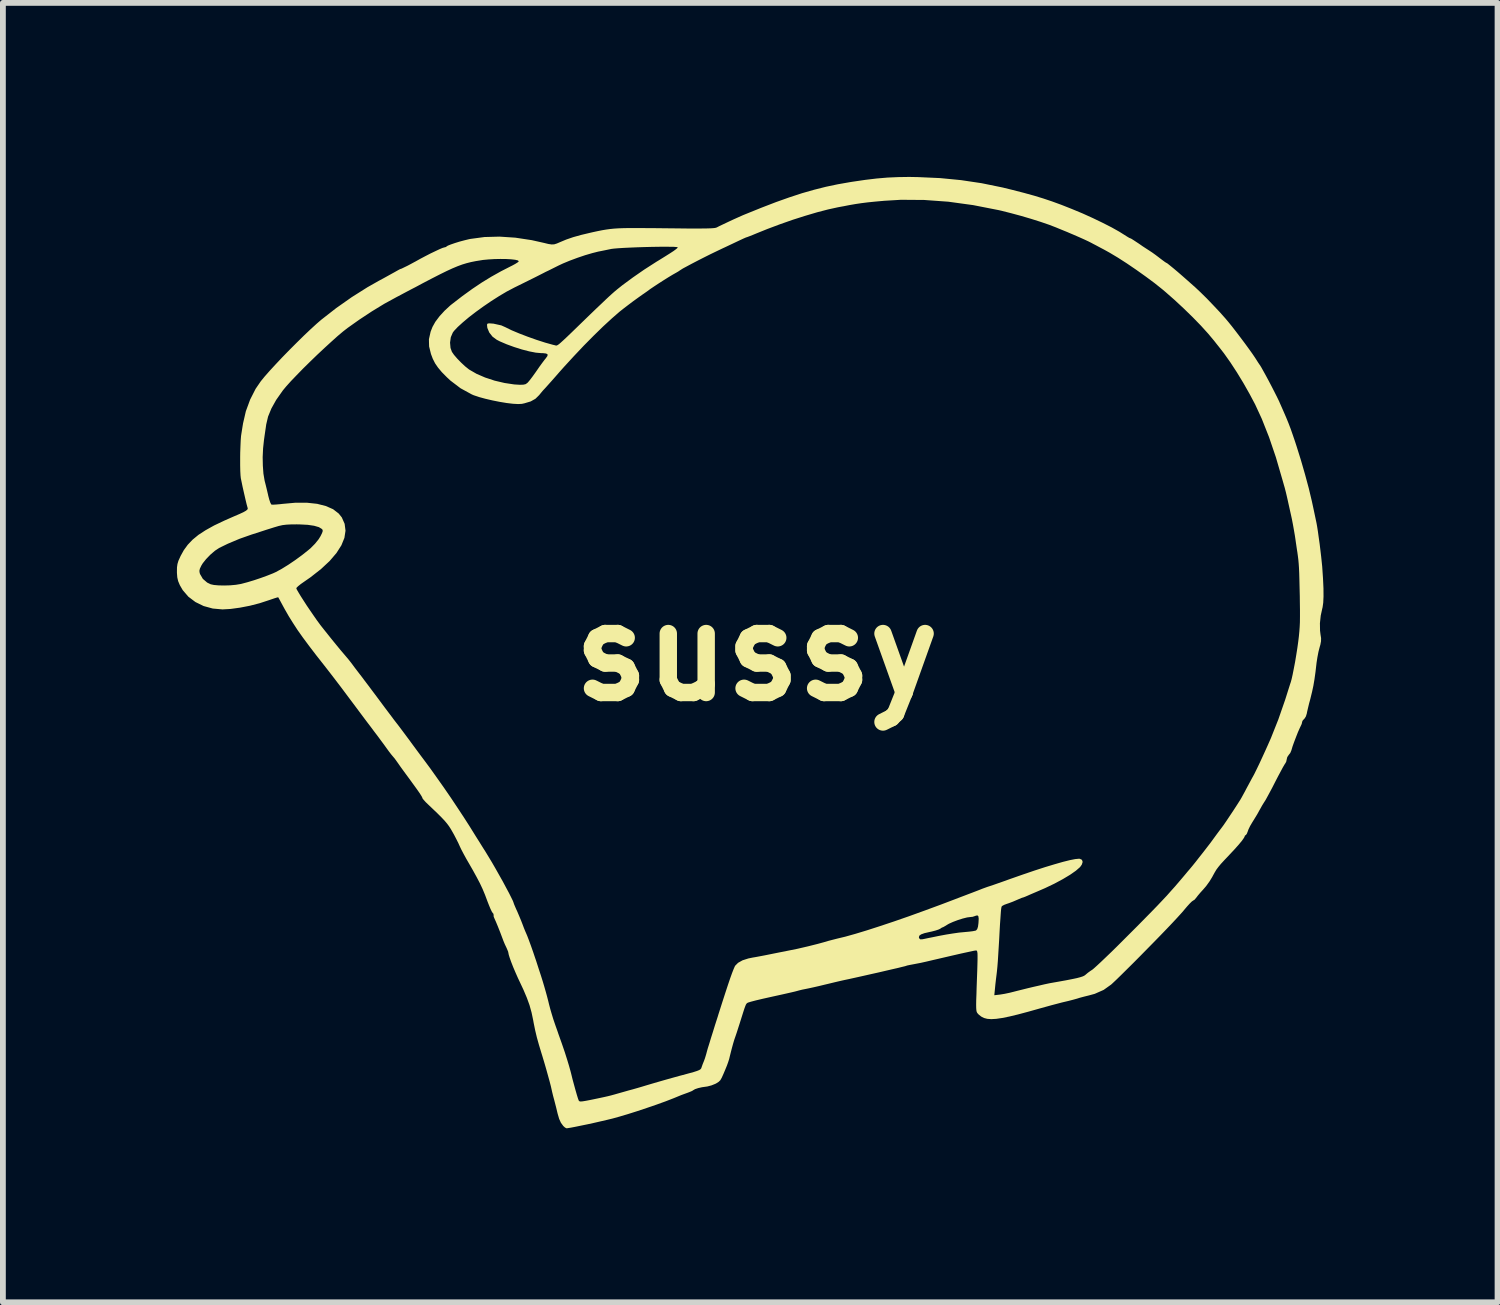
<source format=kicad_pcb>
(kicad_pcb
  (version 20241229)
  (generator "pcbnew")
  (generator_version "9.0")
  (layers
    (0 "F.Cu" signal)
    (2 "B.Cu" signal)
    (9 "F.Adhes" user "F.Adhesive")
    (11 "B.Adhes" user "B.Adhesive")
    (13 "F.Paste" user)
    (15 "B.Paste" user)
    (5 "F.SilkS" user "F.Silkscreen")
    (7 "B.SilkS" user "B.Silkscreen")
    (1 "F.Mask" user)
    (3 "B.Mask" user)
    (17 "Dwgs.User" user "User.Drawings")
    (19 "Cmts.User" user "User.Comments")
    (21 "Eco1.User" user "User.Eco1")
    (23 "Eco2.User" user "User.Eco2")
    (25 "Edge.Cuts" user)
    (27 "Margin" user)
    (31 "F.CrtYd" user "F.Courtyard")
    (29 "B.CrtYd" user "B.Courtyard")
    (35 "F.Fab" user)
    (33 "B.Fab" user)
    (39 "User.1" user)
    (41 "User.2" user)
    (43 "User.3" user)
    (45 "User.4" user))
  (footprint "sussy"
    (layer "F.Cu")
    (at 9.994 8.198)
    (property "Reference" "sussy" (at 0 0 0) (layer "F.SilkS") (effects (font (size 1.524 1.524) (thickness 0.3))))
    (attr board_only exclude_from_pos_files exclude_from_bom)
    (fp_poly (pts (xy 2.784 -8.195) (xy 3.162 -8.178) (xy 3.522 -8.143) (xy 3.877 -8.09) (xy 4.239 -8.016) (xy 4.41 -7.974) (xy 4.608 -7.923) (xy 4.782 -7.875) (xy 4.939 -7.827) (xy 5.091 -7.776) (xy 5.247 -7.719) (xy 5.25 -7.718) (xy 5.432 -7.646) (xy 5.617 -7.569) (xy 5.796 -7.488) (xy 5.966 -7.406) (xy 6.119 -7.328) (xy 6.249 -7.255) (xy 6.337 -7.2) (xy 6.386 -7.169) (xy 6.423 -7.147) (xy 6.439 -7.141) (xy 6.459 -7.132) (xy 6.5 -7.106) (xy 6.556 -7.069) (xy 6.588 -7.048) (xy 6.654 -7.002) (xy 6.717 -6.961) (xy 6.765 -6.93) (xy 6.777 -6.922) (xy 6.818 -6.895) (xy 6.875 -6.854) (xy 6.936 -6.808) (xy 6.942 -6.803) (xy 6.995 -6.763) (xy 7.037 -6.732) (xy 7.061 -6.717) (xy 7.063 -6.717) (xy 7.081 -6.706) (xy 7.121 -6.674) (xy 7.18 -6.626) (xy 7.254 -6.564) (xy 7.338 -6.491) (xy 7.428 -6.412) (xy 7.521 -6.329) (xy 7.546 -6.308) (xy 7.646 -6.214) (xy 7.758 -6.104) (xy 7.873 -5.984) (xy 7.984 -5.866) (xy 8.082 -5.756) (xy 8.129 -5.7) (xy 8.193 -5.621) (xy 8.265 -5.528) (xy 8.341 -5.428) (xy 8.416 -5.328) (xy 8.486 -5.232) (xy 8.546 -5.148) (xy 8.592 -5.08) (xy 8.617 -5.041) (xy 8.639 -5.006) (xy 8.669 -4.961) (xy 8.672 -4.958) (xy 8.696 -4.92) (xy 8.731 -4.857) (xy 8.776 -4.776) (xy 8.826 -4.683) (xy 8.877 -4.586) (xy 8.926 -4.49) (xy 8.97 -4.403) (xy 9.005 -4.331) (xy 9.017 -4.303) (xy 9.077 -4.167) (xy 9.126 -4.054) (xy 9.167 -3.954) (xy 9.204 -3.857) (xy 9.24 -3.754) (xy 9.28 -3.637) (xy 9.306 -3.557) (xy 9.382 -3.314) (xy 9.453 -3.068) (xy 9.517 -2.83) (xy 9.57 -2.608) (xy 9.597 -2.483) (xy 9.615 -2.398) (xy 9.632 -2.317) (xy 9.646 -2.251) (xy 9.651 -2.227) (xy 9.661 -2.171) (xy 9.674 -2.088) (xy 9.688 -1.986) (xy 9.704 -1.873) (xy 9.718 -1.758) (xy 9.731 -1.648) (xy 9.741 -1.552) (xy 9.748 -1.485) (xy 9.762 -1.279) (xy 9.77 -1.107) (xy 9.771 -0.967) (xy 9.766 -0.859) (xy 9.755 -0.78) (xy 9.75 -0.76) (xy 9.723 -0.637) (xy 9.709 -0.504) (xy 9.711 -0.377) (xy 9.719 -0.311) (xy 9.729 -0.248) (xy 9.728 -0.195) (xy 9.717 -0.136) (xy 9.704 -0.091) (xy 9.684 -0.013) (xy 9.666 0.08) (xy 9.652 0.17) (xy 9.651 0.177) (xy 9.633 0.333) (xy 9.615 0.462) (xy 9.596 0.574) (xy 9.574 0.676) (xy 9.549 0.778) (xy 9.545 0.795) (xy 9.522 0.88) (xy 9.503 0.959) (xy 9.488 1.023) (xy 9.483 1.051) (xy 9.467 1.102) (xy 9.443 1.14) (xy 9.437 1.145) (xy 9.411 1.174) (xy 9.403 1.194) (xy 9.395 1.231) (xy 9.386 1.251) (xy 9.362 1.301) (xy 9.33 1.373) (xy 9.297 1.457) (xy 9.265 1.541) (xy 9.238 1.616) (xy 9.221 1.673) (xy 9.218 1.684) (xy 9.198 1.732) (xy 9.173 1.763) (xy 9.146 1.803) (xy 9.138 1.836) (xy 9.128 1.882) (xy 9.114 1.908) (xy 9.098 1.932) (xy 9.069 1.982) (xy 9.031 2.053) (xy 8.985 2.139) (xy 8.936 2.234) (xy 8.935 2.236) (xy 8.886 2.332) (xy 8.84 2.418) (xy 8.802 2.488) (xy 8.774 2.539) (xy 8.759 2.563) (xy 8.759 2.563) (xy 8.741 2.591) (xy 8.711 2.64) (xy 8.677 2.701) (xy 8.67 2.713) (xy 8.628 2.789) (xy 8.581 2.866) (xy 8.542 2.929) (xy 8.506 2.99) (xy 8.477 3.05) (xy 8.465 3.084) (xy 8.449 3.124) (xy 8.433 3.146) (xy 8.43 3.146) (xy 8.414 3.16) (xy 8.414 3.165) (xy 8.401 3.193) (xy 8.366 3.243) (xy 8.31 3.311) (xy 8.236 3.394) (xy 8.146 3.49) (xy 8.137 3.5) (xy 8.06 3.581) (xy 8.002 3.644) (xy 7.959 3.696) (xy 7.924 3.743) (xy 7.894 3.793) (xy 7.861 3.853) (xy 7.854 3.867) (xy 7.807 3.944) (xy 7.748 4.026) (xy 7.699 4.083) (xy 7.649 4.138) (xy 7.605 4.19) (xy 7.576 4.228) (xy 7.575 4.229) (xy 7.547 4.262) (xy 7.522 4.277) (xy 7.521 4.278) (xy 7.502 4.291) (xy 7.466 4.326) (xy 7.418 4.379) (xy 7.362 4.445) (xy 7.351 4.459) (xy 7.309 4.506) (xy 7.246 4.575) (xy 7.165 4.662) (xy 7.069 4.763) (xy 6.962 4.874) (xy 6.848 4.991) (xy 6.729 5.112) (xy 6.61 5.233) (xy 6.495 5.349) (xy 6.385 5.458) (xy 6.286 5.556) (xy 6.201 5.639) (xy 6.133 5.703) (xy 6.11 5.724) (xy 5.981 5.816) (xy 5.827 5.884) (xy 5.724 5.912) (xy 5.647 5.931) (xy 5.568 5.952) (xy 5.524 5.966) (xy 5.456 5.985) (xy 5.375 6.006) (xy 5.32 6.019) (xy 5.265 6.032) (xy 5.185 6.053) (xy 5.086 6.079) (xy 4.978 6.109) (xy 4.887 6.134) (xy 4.681 6.192) (xy 4.505 6.239) (xy 4.356 6.275) (xy 4.232 6.3) (xy 4.129 6.315) (xy 4.044 6.32) (xy 3.975 6.315) (xy 3.918 6.3) (xy 3.871 6.276) (xy 3.829 6.243) (xy 3.811 6.224) (xy 3.8 6.21) (xy 3.792 6.193) (xy 3.787 6.168) (xy 3.784 6.13) (xy 3.783 6.075) (xy 3.784 5.997) (xy 3.788 5.893) (xy 3.791 5.784) (xy 3.797 5.616) (xy 3.802 5.479) (xy 3.805 5.371) (xy 3.807 5.289) (xy 3.807 5.228) (xy 3.806 5.186) (xy 3.802 5.159) (xy 3.797 5.144) (xy 3.79 5.138) (xy 3.78 5.136) (xy 3.774 5.137) (xy 3.746 5.141) (xy 3.69 5.153) (xy 3.611 5.17) (xy 3.515 5.191) (xy 3.407 5.216) (xy 3.376 5.223) (xy 3.26 5.25) (xy 3.148 5.276) (xy 3.049 5.299) (xy 2.968 5.318) (xy 2.913 5.331) (xy 2.908 5.332) (xy 2.827 5.35) (xy 2.739 5.367) (xy 2.697 5.375) (xy 2.639 5.386) (xy 2.596 5.395) (xy 2.58 5.4) (xy 2.559 5.407) (xy 2.509 5.419) (xy 2.433 5.438) (xy 2.337 5.46) (xy 2.225 5.486) (xy 2.101 5.515) (xy 1.971 5.544) (xy 1.839 5.574) (xy 1.709 5.603) (xy 1.587 5.63) (xy 1.511 5.646) (xy 1.444 5.661) (xy 1.354 5.682) (xy 1.255 5.706) (xy 1.167 5.727) (xy 1.072 5.75) (xy 0.98 5.771) (xy 0.902 5.788) (xy 0.848 5.799) (xy 0.783 5.812) (xy 0.723 5.827) (xy 0.698 5.834) (xy 0.66 5.844) (xy 0.596 5.859) (xy 0.517 5.877) (xy 0.442 5.894) (xy 0.256 5.935) (xy 0.104 5.969) (xy -0.014 5.997) (xy -0.098 6.019) (xy -0.15 6.035) (xy -0.166 6.044) (xy -0.175 6.053) (xy -0.185 6.068) (xy -0.196 6.094) (xy -0.211 6.135) (xy -0.231 6.196) (xy -0.258 6.282) (xy -0.292 6.39) (xy -0.319 6.474) (xy -0.343 6.549) (xy -0.362 6.605) (xy -0.373 6.637) (xy -0.373 6.637) (xy -0.387 6.677) (xy -0.406 6.741) (xy -0.428 6.821) (xy -0.45 6.907) (xy -0.462 6.955) (xy -0.475 7.009) (xy -0.492 7.062) (xy -0.514 7.123) (xy -0.547 7.203) (xy -0.572 7.262) (xy -0.602 7.329) (xy -0.627 7.373) (xy -0.657 7.402) (xy -0.697 7.427) (xy -0.712 7.435) (xy -0.779 7.462) (xy -0.852 7.481) (xy -0.88 7.485) (xy -0.944 7.494) (xy -1.009 7.509) (xy -1.063 7.527) (xy -1.094 7.545) (xy -1.096 7.547) (xy -1.116 7.559) (xy -1.159 7.577) (xy -1.193 7.59) (xy -1.251 7.611) (xy -1.3 7.629) (xy -1.317 7.636) (xy -1.431 7.683) (xy -1.57 7.737) (xy -1.728 7.794) (xy -1.894 7.851) (xy -2.062 7.907) (xy -2.223 7.958) (xy -2.368 8.001) (xy -2.487 8.034) (xy -2.582 8.057) (xy -2.69 8.082) (xy -2.803 8.108) (xy -2.917 8.133) (xy -3.025 8.155) (xy -3.122 8.175) (xy -3.2 8.19) (xy -3.255 8.199) (xy -3.277 8.202) (xy -3.304 8.189) (xy -3.334 8.162) (xy -3.375 8.106) (xy -3.405 8.04) (xy -3.431 7.951) (xy -3.437 7.927) (xy -3.456 7.847) (xy -3.479 7.758) (xy -3.49 7.715) (xy -3.509 7.645) (xy -3.526 7.575) (xy -3.534 7.539) (xy -3.548 7.477) (xy -3.571 7.389) (xy -3.6 7.284) (xy -3.632 7.169) (xy -3.666 7.053) (xy -3.699 6.943) (xy -3.709 6.911) (xy -3.754 6.762) (xy -3.79 6.633) (xy -3.819 6.511) (xy -3.845 6.383) (xy -3.853 6.338) (xy -3.881 6.205) (xy -3.916 6.079) (xy -3.962 5.952) (xy -4.021 5.813) (xy -4.074 5.7) (xy -4.116 5.611) (xy -4.158 5.516) (xy -4.198 5.422) (xy -4.232 5.335) (xy -4.258 5.262) (xy -4.274 5.21) (xy -4.278 5.19) (xy -4.285 5.156) (xy -4.305 5.108) (xy -4.312 5.092) (xy -4.342 5.029) (xy -4.369 4.964) (xy -4.372 4.955) (xy -4.421 4.825) (xy -4.463 4.719) (xy -4.496 4.64) (xy -4.518 4.591) (xy -4.534 4.553) (xy -4.535 4.527) (xy -4.535 4.527) (xy -4.538 4.504) (xy -4.55 4.491) (xy -4.566 4.467) (xy -4.59 4.417) (xy -4.618 4.349) (xy -4.641 4.29) (xy -4.683 4.178) (xy -4.725 4.077) (xy -4.771 3.979) (xy -4.826 3.874) (xy -4.892 3.754) (xy -4.954 3.646) (xy -5.005 3.558) (xy -5.051 3.474) (xy -5.089 3.402) (xy -5.114 3.35) (xy -5.12 3.337) (xy -5.142 3.288) (xy -5.176 3.22) (xy -5.216 3.143) (xy -5.239 3.102) (xy -5.271 3.046) (xy -5.303 2.996) (xy -5.338 2.949) (xy -5.38 2.899) (xy -5.434 2.842) (xy -5.503 2.773) (xy -5.592 2.688) (xy -5.654 2.629) (xy -5.704 2.581) (xy -5.741 2.54) (xy -5.761 2.514) (xy -5.762 2.51) (xy -5.767 2.495) (xy -5.783 2.467) (xy -5.812 2.422) (xy -5.856 2.359) (xy -5.917 2.275) (xy -5.996 2.166) (xy -6.036 2.112) (xy -6.091 2.037) (xy -6.141 1.968) (xy -6.18 1.912) (xy -6.205 1.877) (xy -6.207 1.874) (xy -6.241 1.827) (xy -6.269 1.794) (xy -6.296 1.762) (xy -6.335 1.712) (xy -6.377 1.654) (xy -6.378 1.653) (xy -6.423 1.59) (xy -6.481 1.512) (xy -6.54 1.432) (xy -6.563 1.402) (xy -6.604 1.348) (xy -6.65 1.286) (xy -6.705 1.214) (xy -6.769 1.129) (xy -6.845 1.027) (xy -6.936 0.905) (xy -7.044 0.761) (xy -7.162 0.603) (xy -7.233 0.51) (xy -7.31 0.409) (xy -7.386 0.311) (xy -7.449 0.23) (xy -7.593 0.047) (xy -7.716 -0.114) (xy -7.823 -0.258) (xy -7.915 -0.388) (xy -7.995 -0.511) (xy -8.069 -0.63) (xy -8.137 -0.749) (xy -8.167 -0.804) (xy -8.201 -0.867) (xy -8.228 -0.917) (xy -8.245 -0.947) (xy -8.248 -0.952) (xy -8.265 -0.949) (xy -8.308 -0.936) (xy -8.37 -0.915) (xy -8.408 -0.902) (xy -8.567 -0.85) (xy -8.737 -0.806) (xy -8.908 -0.773) (xy -9.069 -0.751) (xy -9.209 -0.743) (xy -9.377 -0.758) (xy -9.534 -0.801) (xy -9.675 -0.87) (xy -9.797 -0.962) (xy -9.894 -1.075) (xy -9.944 -1.161) (xy -9.973 -1.23) (xy -9.988 -1.295) (xy -9.994 -1.373) (xy -9.994 -1.396) (xy -9.994 -1.407) (xy -9.607 -1.407) (xy -9.602 -1.371) (xy -9.595 -1.351) (xy -9.547 -1.269) (xy -9.472 -1.205) (xy -9.412 -1.176) (xy -9.356 -1.164) (xy -9.275 -1.157) (xy -9.179 -1.155) (xy -9.077 -1.158) (xy -8.979 -1.167) (xy -8.895 -1.181) (xy -8.882 -1.184) (xy -8.78 -1.211) (xy -8.664 -1.246) (xy -8.545 -1.286) (xy -8.433 -1.327) (xy -8.337 -1.365) (xy -8.287 -1.388) (xy -8.188 -1.442) (xy -8.073 -1.513) (xy -7.952 -1.595) (xy -7.836 -1.68) (xy -7.734 -1.761) (xy -7.687 -1.801) (xy -7.613 -1.876) (xy -7.551 -1.953) (xy -7.519 -2.005) (xy -7.492 -2.06) (xy -7.481 -2.093) (xy -7.483 -2.114) (xy -7.496 -2.13) (xy -7.547 -2.161) (xy -7.63 -2.185) (xy -7.74 -2.201) (xy -7.876 -2.208) (xy -7.928 -2.209) (xy -8.028 -2.208) (xy -8.106 -2.204) (xy -8.173 -2.196) (xy -8.24 -2.181) (xy -8.321 -2.157) (xy -8.378 -2.139) (xy -8.442 -2.119) (xy -8.528 -2.091) (xy -8.623 -2.06) (xy -8.705 -2.034) (xy -8.915 -1.96) (xy -9.117 -1.875) (xy -9.267 -1.802) (xy -9.339 -1.754) (xy -9.417 -1.687) (xy -9.49 -1.612) (xy -9.549 -1.538) (xy -9.574 -1.497) (xy -9.599 -1.444) (xy -9.607 -1.407) (xy -9.994 -1.407) (xy -9.993 -1.469) (xy -9.985 -1.526) (xy -9.968 -1.582) (xy -9.936 -1.652) (xy -9.932 -1.662) (xy -9.875 -1.765) (xy -9.807 -1.858) (xy -9.724 -1.945) (xy -9.623 -2.028) (xy -9.5 -2.108) (xy -9.353 -2.19) (xy -9.176 -2.274) (xy -9.015 -2.345) (xy -8.917 -2.387) (xy -8.848 -2.419) (xy -8.804 -2.444) (xy -8.78 -2.464) (xy -8.773 -2.48) (xy -8.774 -2.488) (xy -8.791 -2.549) (xy -8.812 -2.636) (xy -8.836 -2.741) (xy -8.862 -2.856) (xy -8.886 -2.972) (xy -8.893 -3.005) (xy -8.898 -3.054) (xy -8.902 -3.131) (xy -8.904 -3.228) (xy -8.904 -3.336) (xy -8.904 -3.368) (xy -8.516 -3.368) (xy -8.513 -3.22) (xy -8.503 -3.083) (xy -8.484 -2.97) (xy -8.48 -2.952) (xy -8.463 -2.886) (xy -8.443 -2.803) (xy -8.423 -2.718) (xy -8.421 -2.707) (xy -8.403 -2.638) (xy -8.385 -2.585) (xy -8.369 -2.554) (xy -8.364 -2.55) (xy -8.338 -2.548) (xy -8.285 -2.551) (xy -8.216 -2.557) (xy -8.173 -2.562) (xy -7.952 -2.582) (xy -7.753 -2.582) (xy -7.577 -2.563) (xy -7.427 -2.525) (xy -7.302 -2.47) (xy -7.206 -2.396) (xy -7.152 -2.329) (xy -7.103 -2.218) (xy -7.088 -2.1) (xy -7.107 -1.976) (xy -7.159 -1.848) (xy -7.244 -1.715) (xy -7.361 -1.578) (xy -7.51 -1.439) (xy -7.691 -1.297) (xy -7.799 -1.222) (xy -7.859 -1.18) (xy -7.906 -1.142) (xy -7.933 -1.115) (xy -7.936 -1.107) (xy -7.927 -1.084) (xy -7.9 -1.038) (xy -7.861 -0.973) (xy -7.811 -0.895) (xy -7.755 -0.808) (xy -7.695 -0.72) (xy -7.636 -0.634) (xy -7.581 -0.555) (xy -7.533 -0.49) (xy -7.524 -0.477) (xy -7.464 -0.401) (xy -7.393 -0.312) (xy -7.317 -0.217) (xy -7.241 -0.124) (xy -7.172 -0.04) (xy -7.114 0.028) (xy -7.086 0.061) (xy -7.037 0.119) (xy -6.988 0.181) (xy -6.971 0.204) (xy -6.932 0.257) (xy -6.883 0.321) (xy -6.844 0.372) (xy -6.809 0.417) (xy -6.759 0.484) (xy -6.696 0.567) (xy -6.628 0.658) (xy -6.558 0.751) (xy -6.486 0.848) (xy -6.414 0.945) (xy -6.347 1.034) (xy -6.291 1.108) (xy -6.254 1.158) (xy -6.168 1.269) (xy -6.099 1.361) (xy -6.038 1.443) (xy -5.979 1.522) (xy -5.957 1.553) (xy -5.914 1.611) (xy -5.858 1.687) (xy -5.795 1.772) (xy -5.735 1.852) (xy -5.629 1.995) (xy -5.513 2.158) (xy -5.39 2.332) (xy -5.267 2.511) (xy -5.15 2.687) (xy -5.042 2.851) (xy -4.949 2.996) (xy -4.936 3.017) (xy -4.89 3.091) (xy -4.841 3.17) (xy -4.8 3.235) (xy -4.755 3.307) (xy -4.705 3.387) (xy -4.678 3.429) (xy -4.624 3.518) (xy -4.563 3.619) (xy -4.5 3.728) (xy -4.437 3.84) (xy -4.375 3.95) (xy -4.319 4.055) (xy -4.269 4.148) (xy -4.23 4.226) (xy -4.202 4.283) (xy -4.19 4.316) (xy -4.189 4.32) (xy -4.182 4.34) (xy -4.164 4.383) (xy -4.139 4.44) (xy -4.134 4.449) (xy -4.099 4.531) (xy -4.062 4.62) (xy -4.037 4.684) (xy -4.013 4.748) (xy -3.991 4.802) (xy -3.977 4.834) (xy -3.956 4.883) (xy -3.927 4.959) (xy -3.892 5.054) (xy -3.854 5.162) (xy -3.816 5.275) (xy -3.806 5.303) (xy -3.758 5.452) (xy -3.718 5.574) (xy -3.686 5.676) (xy -3.66 5.764) (xy -3.637 5.844) (xy -3.615 5.924) (xy -3.593 6.009) (xy -3.58 6.063) (xy -3.558 6.147) (xy -3.534 6.229) (xy -3.507 6.318) (xy -3.472 6.421) (xy -3.427 6.548) (xy -3.421 6.567) (xy -3.359 6.741) (xy -3.309 6.887) (xy -3.269 7.013) (xy -3.236 7.122) (xy -3.208 7.222) (xy -3.198 7.261) (xy -3.175 7.355) (xy -3.149 7.451) (xy -3.124 7.542) (xy -3.101 7.622) (xy -3.082 7.684) (xy -3.069 7.72) (xy -3.066 7.726) (xy -3.055 7.736) (xy -3.035 7.74) (xy -3 7.737) (xy -2.945 7.728) (xy -2.862 7.712) (xy -2.828 7.705) (xy -2.718 7.682) (xy -2.634 7.664) (xy -2.567 7.649) (xy -2.511 7.635) (xy -2.456 7.62) (xy -2.393 7.602) (xy -2.386 7.6) (xy -2.301 7.576) (xy -2.21 7.55) (xy -2.139 7.531) (xy -2.076 7.513) (xy -1.99 7.488) (xy -1.894 7.459) (xy -1.803 7.432) (xy -1.707 7.404) (xy -1.589 7.37) (xy -1.461 7.334) (xy -1.335 7.299) (xy -1.274 7.283) (xy -1.164 7.253) (xy -1.084 7.231) (xy -1.028 7.213) (xy -0.991 7.198) (xy -0.969 7.184) (xy -0.957 7.169) (xy -0.95 7.15) (xy -0.95 7.149) (xy -0.93 7.093) (xy -0.91 7.044) (xy -0.891 6.992) (xy -0.872 6.929) (xy -0.867 6.911) (xy -0.86 6.884) (xy -0.852 6.855) (xy -0.842 6.82) (xy -0.828 6.776) (xy -0.81 6.718) (xy -0.787 6.642) (xy -0.756 6.544) (xy -0.718 6.421) (xy -0.669 6.269) (xy -0.663 6.248) (xy -0.598 6.044) (xy -0.542 5.871) (xy -0.495 5.728) (xy -0.456 5.613) (xy -0.424 5.524) (xy -0.398 5.458) (xy -0.379 5.414) (xy -0.369 5.397) (xy -0.321 5.349) (xy -0.244 5.306) (xy -0.144 5.274) (xy -0.071 5.259) (xy -0.018 5.25) (xy 0.057 5.236) (xy 0.141 5.22) (xy 0.186 5.211) (xy 0.285 5.191) (xy 0.394 5.169) (xy 0.494 5.15) (xy 0.521 5.144) (xy 0.704 5.107) (xy 0.885 5.065) (xy 1.052 5.023) (xy 1.158 4.994) (xy 1.236 4.971) (xy 1.313 4.951) (xy 1.372 4.936) (xy 1.379 4.934) (xy 1.479 4.91) (xy 2.796 4.91) (xy 2.8 4.925) (xy 2.82 4.945) (xy 2.859 4.943) (xy 2.894 4.936) (xy 2.955 4.923) (xy 3.036 4.907) (xy 3.128 4.888) (xy 3.164 4.881) (xy 3.272 4.861) (xy 3.385 4.843) (xy 3.49 4.828) (xy 3.575 4.82) (xy 3.585 4.819) (xy 3.661 4.812) (xy 3.726 4.804) (xy 3.77 4.795) (xy 3.781 4.791) (xy 3.801 4.769) (xy 3.815 4.725) (xy 3.823 4.663) (xy 3.827 4.589) (xy 3.821 4.546) (xy 3.803 4.531) (xy 3.771 4.539) (xy 3.768 4.541) (xy 3.722 4.556) (xy 3.682 4.56) (xy 3.627 4.567) (xy 3.551 4.586) (xy 3.466 4.613) (xy 3.384 4.644) (xy 3.315 4.675) (xy 3.287 4.691) (xy 3.243 4.718) (xy 3.213 4.735) (xy 3.205 4.737) (xy 3.184 4.747) (xy 3.165 4.761) (xy 3.136 4.775) (xy 3.082 4.793) (xy 3.012 4.811) (xy 2.983 4.817) (xy 2.892 4.838) (xy 2.834 4.859) (xy 2.803 4.882) (xy 2.796 4.91) (xy 1.479 4.91) (xy 1.525 4.899) (xy 1.7 4.85) (xy 1.901 4.789) (xy 2.124 4.717) (xy 2.367 4.636) (xy 2.626 4.546) (xy 2.897 4.448) (xy 3.179 4.344) (xy 3.429 4.249) (xy 3.507 4.219) (xy 3.589 4.188) (xy 3.641 4.168) (xy 3.715 4.14) (xy 3.793 4.11) (xy 3.827 4.097) (xy 3.895 4.07) (xy 3.975 4.041) (xy 4.021 4.026) (xy 4.078 4.007) (xy 4.158 3.979) (xy 4.252 3.946) (xy 4.349 3.911) (xy 4.366 3.905) (xy 4.583 3.829) (xy 4.785 3.76) (xy 4.97 3.7) (xy 5.136 3.65) (xy 5.279 3.609) (xy 5.399 3.579) (xy 5.491 3.561) (xy 5.554 3.555) (xy 5.57 3.556) (xy 5.607 3.574) (xy 5.619 3.61) (xy 5.604 3.657) (xy 5.574 3.699) (xy 5.503 3.761) (xy 5.403 3.831) (xy 5.278 3.906) (xy 5.133 3.984) (xy 4.972 4.061) (xy 4.852 4.113) (xy 4.782 4.143) (xy 4.712 4.173) (xy 4.672 4.191) (xy 4.625 4.211) (xy 4.593 4.223) (xy 4.587 4.224) (xy 4.566 4.231) (xy 4.523 4.249) (xy 4.484 4.266) (xy 4.416 4.295) (xy 4.347 4.321) (xy 4.317 4.331) (xy 4.268 4.349) (xy 4.233 4.368) (xy 4.227 4.373) (xy 4.222 4.381) (xy 4.218 4.396) (xy 4.214 4.421) (xy 4.21 4.459) (xy 4.206 4.513) (xy 4.201 4.587) (xy 4.194 4.685) (xy 4.187 4.809) (xy 4.179 4.962) (xy 4.171 5.091) (xy 4.164 5.205) (xy 4.157 5.317) (xy 4.149 5.417) (xy 4.141 5.498) (xy 4.136 5.541) (xy 4.125 5.629) (xy 4.114 5.725) (xy 4.108 5.787) (xy 4.096 5.908) (xy 4.199 5.896) (xy 4.272 5.884) (xy 4.358 5.866) (xy 4.426 5.849) (xy 4.492 5.832) (xy 4.577 5.811) (xy 4.673 5.787) (xy 4.774 5.763) (xy 4.871 5.741) (xy 4.956 5.721) (xy 5.021 5.707) (xy 5.055 5.7) (xy 5.214 5.672) (xy 5.341 5.649) (xy 5.442 5.629) (xy 5.518 5.613) (xy 5.575 5.598) (xy 5.616 5.585) (xy 5.645 5.572) (xy 5.665 5.558) (xy 5.674 5.55) (xy 5.71 5.52) (xy 5.76 5.484) (xy 5.784 5.469) (xy 5.812 5.446) (xy 5.862 5.401) (xy 5.931 5.337) (xy 6.016 5.256) (xy 6.114 5.162) (xy 6.222 5.056) (xy 6.336 4.942) (xy 6.407 4.871) (xy 6.562 4.716) (xy 6.694 4.582) (xy 6.808 4.466) (xy 6.906 4.365) (xy 6.992 4.274) (xy 7.07 4.191) (xy 7.141 4.111) (xy 7.211 4.033) (xy 7.281 3.951) (xy 7.328 3.896) (xy 7.382 3.832) (xy 7.431 3.773) (xy 7.469 3.729) (xy 7.483 3.712) (xy 7.517 3.671) (xy 7.567 3.609) (xy 7.627 3.532) (xy 7.692 3.45) (xy 7.756 3.367) (xy 7.814 3.292) (xy 7.859 3.231) (xy 7.88 3.202) (xy 7.926 3.139) (xy 7.978 3.069) (xy 8.007 3.031) (xy 8.044 2.981) (xy 8.095 2.907) (xy 8.155 2.817) (xy 8.221 2.718) (xy 8.287 2.616) (xy 8.338 2.536) (xy 8.356 2.505) (xy 8.385 2.452) (xy 8.421 2.386) (xy 8.439 2.351) (xy 8.479 2.277) (xy 8.516 2.208) (xy 8.545 2.154) (xy 8.554 2.139) (xy 8.58 2.09) (xy 8.617 2.015) (xy 8.662 1.922) (xy 8.711 1.816) (xy 8.762 1.705) (xy 8.812 1.594) (xy 8.857 1.492) (xy 8.864 1.476) (xy 8.992 1.154) (xy 9.109 0.817) (xy 9.13 0.751) (xy 9.156 0.668) (xy 9.179 0.596) (xy 9.196 0.542) (xy 9.206 0.513) (xy 9.206 0.513) (xy 9.221 0.459) (xy 9.239 0.379) (xy 9.259 0.277) (xy 9.281 0.163) (xy 9.301 0.042) (xy 9.32 -0.078) (xy 9.335 -0.186) (xy 9.346 -0.276) (xy 9.354 -0.359) (xy 9.36 -0.439) (xy 9.364 -0.523) (xy 9.365 -0.619) (xy 9.365 -0.733) (xy 9.363 -0.872) (xy 9.362 -0.972) (xy 9.358 -1.133) (xy 9.355 -1.264) (xy 9.352 -1.371) (xy 9.348 -1.458) (xy 9.343 -1.533) (xy 9.337 -1.599) (xy 9.329 -1.663) (xy 9.32 -1.729) (xy 9.315 -1.759) (xy 9.304 -1.833) (xy 9.293 -1.908) (xy 9.288 -1.944) (xy 9.277 -2.017) (xy 9.261 -2.11) (xy 9.243 -2.211) (xy 9.225 -2.304) (xy 9.209 -2.377) (xy 9.198 -2.426) (xy 9.182 -2.498) (xy 9.164 -2.579) (xy 9.156 -2.616) (xy 9.138 -2.695) (xy 9.121 -2.767) (xy 9.107 -2.821) (xy 9.103 -2.837) (xy 9.089 -2.885) (xy 9.071 -2.949) (xy 9.06 -2.987) (xy 8.95 -3.365) (xy 8.832 -3.712) (xy 8.707 -4.028) (xy 8.592 -4.277) (xy 8.496 -4.458) (xy 8.39 -4.645) (xy 8.278 -4.829) (xy 8.165 -5.002) (xy 8.056 -5.156) (xy 7.983 -5.25) (xy 7.961 -5.278) (xy 7.925 -5.323) (xy 7.885 -5.374) (xy 7.782 -5.497) (xy 7.657 -5.635) (xy 7.515 -5.781) (xy 7.362 -5.93) (xy 7.205 -6.076) (xy 7.049 -6.213) (xy 6.991 -6.262) (xy 6.857 -6.369) (xy 6.706 -6.481) (xy 6.546 -6.595) (xy 6.383 -6.706) (xy 6.226 -6.807) (xy 6.082 -6.893) (xy 5.992 -6.943) (xy 5.916 -6.983) (xy 5.847 -7.02) (xy 5.793 -7.048) (xy 5.771 -7.06) (xy 5.72 -7.086) (xy 5.645 -7.121) (xy 5.558 -7.16) (xy 5.466 -7.2) (xy 5.381 -7.236) (xy 5.356 -7.247) (xy 5.28 -7.278) (xy 5.197 -7.312) (xy 5.161 -7.327) (xy 5.042 -7.373) (xy 4.896 -7.423) (xy 4.732 -7.475) (xy 4.559 -7.526) (xy 4.385 -7.573) (xy 4.219 -7.615) (xy 4.171 -7.626) (xy 3.732 -7.712) (xy 3.303 -7.771) (xy 2.887 -7.801) (xy 2.487 -7.804) (xy 2.201 -7.787) (xy 2.045 -7.773) (xy 1.917 -7.76) (xy 1.806 -7.746) (xy 1.705 -7.731) (xy 1.606 -7.714) (xy 1.564 -7.706) (xy 1.504 -7.694) (xy 1.432 -7.681) (xy 1.396 -7.674) (xy 1.232 -7.638) (xy 1.043 -7.589) (xy 0.837 -7.528) (xy 0.62 -7.459) (xy 0.401 -7.382) (xy 0.185 -7.301) (xy 0.004 -7.228) (xy -0.066 -7.199) (xy -0.124 -7.176) (xy -0.161 -7.162) (xy -0.171 -7.159) (xy -0.191 -7.152) (xy -0.234 -7.133) (xy -0.292 -7.106) (xy -0.307 -7.099) (xy -0.387 -7.061) (xy -0.48 -7.017) (xy -0.567 -6.976) (xy -0.574 -6.973) (xy -0.681 -6.922) (xy -0.795 -6.867) (xy -0.909 -6.81) (xy -1.019 -6.754) (xy -1.119 -6.702) (xy -1.205 -6.656) (xy -1.272 -6.62) (xy -1.313 -6.594) (xy -1.321 -6.589) (xy -1.352 -6.568) (xy -1.395 -6.543) (xy -1.397 -6.542) (xy -1.45 -6.512) (xy -1.523 -6.468) (xy -1.606 -6.416) (xy -1.69 -6.362) (xy -1.766 -6.312) (xy -1.824 -6.273) (xy -1.833 -6.267) (xy -1.89 -6.225) (xy -1.947 -6.185) (xy -1.965 -6.173) (xy -2.041 -6.119) (xy -2.128 -6.056) (xy -2.217 -5.989) (xy -2.298 -5.927) (xy -2.36 -5.878) (xy -2.365 -5.874) (xy -2.498 -5.758) (xy -2.649 -5.619) (xy -2.811 -5.461) (xy -2.98 -5.29) (xy -3.151 -5.109) (xy -3.32 -4.925) (xy -3.394 -4.842) (xy -3.469 -4.756) (xy -3.538 -4.678) (xy -3.596 -4.613) (xy -3.639 -4.565) (xy -3.664 -4.538) (xy -3.668 -4.534) (xy -3.689 -4.511) (xy -3.723 -4.47) (xy -3.75 -4.437) (xy -3.814 -4.374) (xy -3.896 -4.328) (xy -4.003 -4.296) (xy -4.049 -4.286) (xy -4.113 -4.283) (xy -4.203 -4.288) (xy -4.312 -4.301) (xy -4.432 -4.321) (xy -4.557 -4.346) (xy -4.677 -4.374) (xy -4.787 -4.404) (xy -4.879 -4.435) (xy -4.913 -4.45) (xy -5.105 -4.555) (xy -5.28 -4.688) (xy -5.339 -4.743) (xy -5.428 -4.833) (xy -5.494 -4.912) (xy -5.544 -4.985) (xy -5.584 -5.064) (xy -5.615 -5.146) (xy -5.647 -5.276) (xy -5.649 -5.342) (xy -5.286 -5.342) (xy -5.278 -5.25) (xy -5.254 -5.183) (xy -5.218 -5.131) (xy -5.162 -5.066) (xy -5.095 -4.997) (xy -5.025 -4.932) (xy -4.96 -4.88) (xy -4.952 -4.875) (xy -4.829 -4.804) (xy -4.681 -4.74) (xy -4.517 -4.686) (xy -4.346 -4.646) (xy -4.18 -4.621) (xy -4.082 -4.615) (xy -4.022 -4.617) (xy -3.983 -4.626) (xy -3.952 -4.648) (xy -3.939 -4.662) (xy -3.909 -4.698) (xy -3.867 -4.753) (xy -3.818 -4.821) (xy -3.79 -4.861) (xy -3.741 -4.932) (xy -3.692 -4.999) (xy -3.652 -5.052) (xy -3.636 -5.071) (xy -3.607 -5.112) (xy -3.604 -5.139) (xy -3.63 -5.154) (xy -3.688 -5.161) (xy -3.718 -5.161) (xy -3.808 -5.169) (xy -3.921 -5.191) (xy -4.048 -5.224) (xy -4.181 -5.266) (xy -4.31 -5.313) (xy -4.429 -5.364) (xy -4.481 -5.391) (xy -4.554 -5.445) (xy -4.61 -5.516) (xy -4.643 -5.595) (xy -4.648 -5.637) (xy -4.647 -5.66) (xy -4.636 -5.671) (xy -4.608 -5.674) (xy -4.555 -5.67) (xy -4.538 -5.669) (xy -4.403 -5.639) (xy -4.331 -5.607) (xy -4.225 -5.555) (xy -4.094 -5.5) (xy -3.948 -5.444) (xy -3.796 -5.39) (xy -3.647 -5.342) (xy -3.511 -5.304) (xy -3.48 -5.297) (xy -3.467 -5.293) (xy -3.457 -5.291) (xy -3.445 -5.293) (xy -3.429 -5.301) (xy -3.406 -5.317) (xy -3.375 -5.344) (xy -3.331 -5.384) (xy -3.272 -5.439) (xy -3.196 -5.512) (xy -3.099 -5.606) (xy -2.996 -5.706) (xy -2.867 -5.831) (xy -2.76 -5.934) (xy -2.671 -6.018) (xy -2.599 -6.087) (xy -2.54 -6.142) (xy -2.489 -6.188) (xy -2.446 -6.226) (xy -2.405 -6.26) (xy -2.365 -6.292) (xy -2.321 -6.327) (xy -2.316 -6.331) (xy -2.133 -6.466) (xy -1.941 -6.599) (xy -1.728 -6.736) (xy -1.688 -6.76) (xy -1.577 -6.829) (xy -1.493 -6.882) (xy -1.433 -6.921) (xy -1.394 -6.95) (xy -1.371 -6.969) (xy -1.362 -6.981) (xy -1.361 -6.985) (xy -1.378 -6.989) (xy -1.425 -6.993) (xy -1.497 -6.994) (xy -1.59 -6.995) (xy -1.698 -6.994) (xy -1.816 -6.992) (xy -1.939 -6.989) (xy -2.062 -6.985) (xy -2.181 -6.98) (xy -2.289 -6.975) (xy -2.383 -6.969) (xy -2.457 -6.963) (xy -2.506 -6.957) (xy -2.51 -6.956) (xy -2.592 -6.939) (xy -2.68 -6.921) (xy -2.731 -6.911) (xy -2.834 -6.885) (xy -2.957 -6.849) (xy -3.09 -6.804) (xy -3.222 -6.755) (xy -3.34 -6.706) (xy -3.417 -6.67) (xy -3.487 -6.635) (xy -3.547 -6.605) (xy -3.589 -6.584) (xy -3.602 -6.578) (xy -3.638 -6.561) (xy -3.686 -6.536) (xy -3.694 -6.532) (xy -3.747 -6.505) (xy -3.828 -6.464) (xy -3.931 -6.413) (xy -4.052 -6.353) (xy -4.186 -6.287) (xy -4.189 -6.285) (xy -4.309 -6.222) (xy -4.439 -6.145) (xy -4.574 -6.059) (xy -4.709 -5.967) (xy -4.839 -5.873) (xy -4.96 -5.78) (xy -5.066 -5.691) (xy -5.154 -5.611) (xy -5.218 -5.543) (xy -5.239 -5.514) (xy -5.273 -5.435) (xy -5.286 -5.342) (xy -5.649 -5.342) (xy -5.65 -5.401) (xy -5.621 -5.53) (xy -5.589 -5.612) (xy -5.54 -5.7) (xy -5.468 -5.796) (xy -5.38 -5.892) (xy -5.285 -5.98) (xy -5.263 -5.998) (xy -5.074 -6.144) (xy -4.901 -6.269) (xy -4.737 -6.379) (xy -4.575 -6.478) (xy -4.407 -6.572) (xy -4.225 -6.665) (xy -4.22 -6.667) (xy -4.163 -6.698) (xy -4.12 -6.725) (xy -4.101 -6.743) (xy -4.101 -6.745) (xy -4.117 -6.759) (xy -4.163 -6.77) (xy -4.232 -6.778) (xy -4.319 -6.783) (xy -4.417 -6.784) (xy -4.52 -6.782) (xy -4.622 -6.776) (xy -4.718 -6.767) (xy -4.755 -6.761) (xy -4.842 -6.747) (xy -4.922 -6.731) (xy -4.998 -6.712) (xy -5.074 -6.689) (xy -5.153 -6.66) (xy -5.242 -6.623) (xy -5.342 -6.577) (xy -5.458 -6.52) (xy -5.595 -6.45) (xy -5.756 -6.366) (xy -5.877 -6.301) (xy -5.968 -6.254) (xy -6.072 -6.199) (xy -6.171 -6.146) (xy -6.204 -6.129) (xy -6.42 -6.011) (xy -6.633 -5.881) (xy -6.853 -5.736) (xy -7.053 -5.594) (xy -7.129 -5.535) (xy -7.224 -5.455) (xy -7.332 -5.358) (xy -7.45 -5.25) (xy -7.574 -5.134) (xy -7.698 -5.014) (xy -7.818 -4.896) (xy -7.929 -4.782) (xy -8.028 -4.679) (xy -8.109 -4.589) (xy -8.169 -4.517) (xy -8.173 -4.511) (xy -8.284 -4.353) (xy -8.366 -4.206) (xy -8.423 -4.067) (xy -8.455 -3.931) (xy -8.456 -3.924) (xy -8.462 -3.881) (xy -8.472 -3.814) (xy -8.484 -3.731) (xy -8.494 -3.659) (xy -8.509 -3.518) (xy -8.516 -3.368) (xy -8.904 -3.368) (xy -8.903 -3.448) (xy -8.899 -3.557) (xy -8.895 -3.653) (xy -8.889 -3.731) (xy -8.884 -3.765) (xy -8.876 -3.815) (xy -8.865 -3.884) (xy -8.854 -3.951) (xy -8.806 -4.159) (xy -8.732 -4.36) (xy -8.638 -4.545) (xy -8.549 -4.675) (xy -8.483 -4.756) (xy -8.395 -4.856) (xy -8.291 -4.969) (xy -8.175 -5.092) (xy -8.052 -5.218) (xy -7.926 -5.344) (xy -7.804 -5.464) (xy -7.689 -5.573) (xy -7.586 -5.667) (xy -7.51 -5.733) (xy -7.25 -5.936) (xy -6.98 -6.126) (xy -6.709 -6.297) (xy -6.513 -6.408) (xy -6.431 -6.452) (xy -6.348 -6.498) (xy -6.276 -6.538) (xy -6.252 -6.551) (xy -6.199 -6.581) (xy -6.159 -6.603) (xy -6.141 -6.611) (xy -6.12 -6.618) (xy -6.077 -6.639) (xy -6.019 -6.667) (xy -5.957 -6.7) (xy -5.898 -6.732) (xy -5.886 -6.738) (xy -5.802 -6.785) (xy -5.711 -6.833) (xy -5.622 -6.879) (xy -5.538 -6.919) (xy -5.468 -6.952) (xy -5.416 -6.974) (xy -5.389 -6.982) (xy -5.357 -6.99) (xy -5.348 -6.998) (xy -5.325 -7.013) (xy -5.275 -7.033) (xy -5.206 -7.057) (xy -5.126 -7.082) (xy -5.04 -7.105) (xy -4.958 -7.125) (xy -4.932 -7.13) (xy -4.692 -7.162) (xy -4.433 -7.169) (xy -4.16 -7.151) (xy -3.877 -7.108) (xy -3.668 -7.061) (xy -3.59 -7.042) (xy -3.535 -7.034) (xy -3.491 -7.036) (xy -3.446 -7.05) (xy -3.397 -7.071) (xy -3.285 -7.118) (xy -3.163 -7.16) (xy -3.023 -7.199) (xy -2.859 -7.238) (xy -2.81 -7.249) (xy -2.731 -7.266) (xy -2.66 -7.28) (xy -2.594 -7.291) (xy -2.528 -7.3) (xy -2.46 -7.307) (xy -2.384 -7.312) (xy -2.297 -7.315) (xy -2.195 -7.317) (xy -2.073 -7.317) (xy -1.927 -7.316) (xy -1.754 -7.315) (xy -1.573 -7.313) (xy -1.372 -7.311) (xy -1.204 -7.309) (xy -1.065 -7.309) (xy -0.953 -7.309) (xy -0.865 -7.31) (xy -0.798 -7.312) (xy -0.749 -7.315) (xy -0.716 -7.319) (xy -0.695 -7.325) (xy -0.689 -7.327) (xy -0.643 -7.351) (xy -0.573 -7.384) (xy -0.489 -7.424) (xy -0.399 -7.466) (xy -0.312 -7.505) (xy -0.238 -7.538) (xy -0.194 -7.556) (xy 0.083 -7.668) (xy 0.335 -7.765) (xy 0.566 -7.847) (xy 0.783 -7.918) (xy 0.99 -7.977) (xy 1.192 -8.028) (xy 1.396 -8.071) (xy 1.607 -8.108) (xy 1.644 -8.114) (xy 1.868 -8.147) (xy 2.068 -8.171) (xy 2.255 -8.187) (xy 2.438 -8.195) (xy 2.629 -8.198)) (stroke (width 0) (type solid)) (fill yes) (layer "F.SilkS")))
  (gr_rect
    (start -3 -3)
    (end 22.765 19.399)
    (stroke (width 0.1) (type default))
    (fill no)
    (layer "Edge.Cuts")))
</source>
